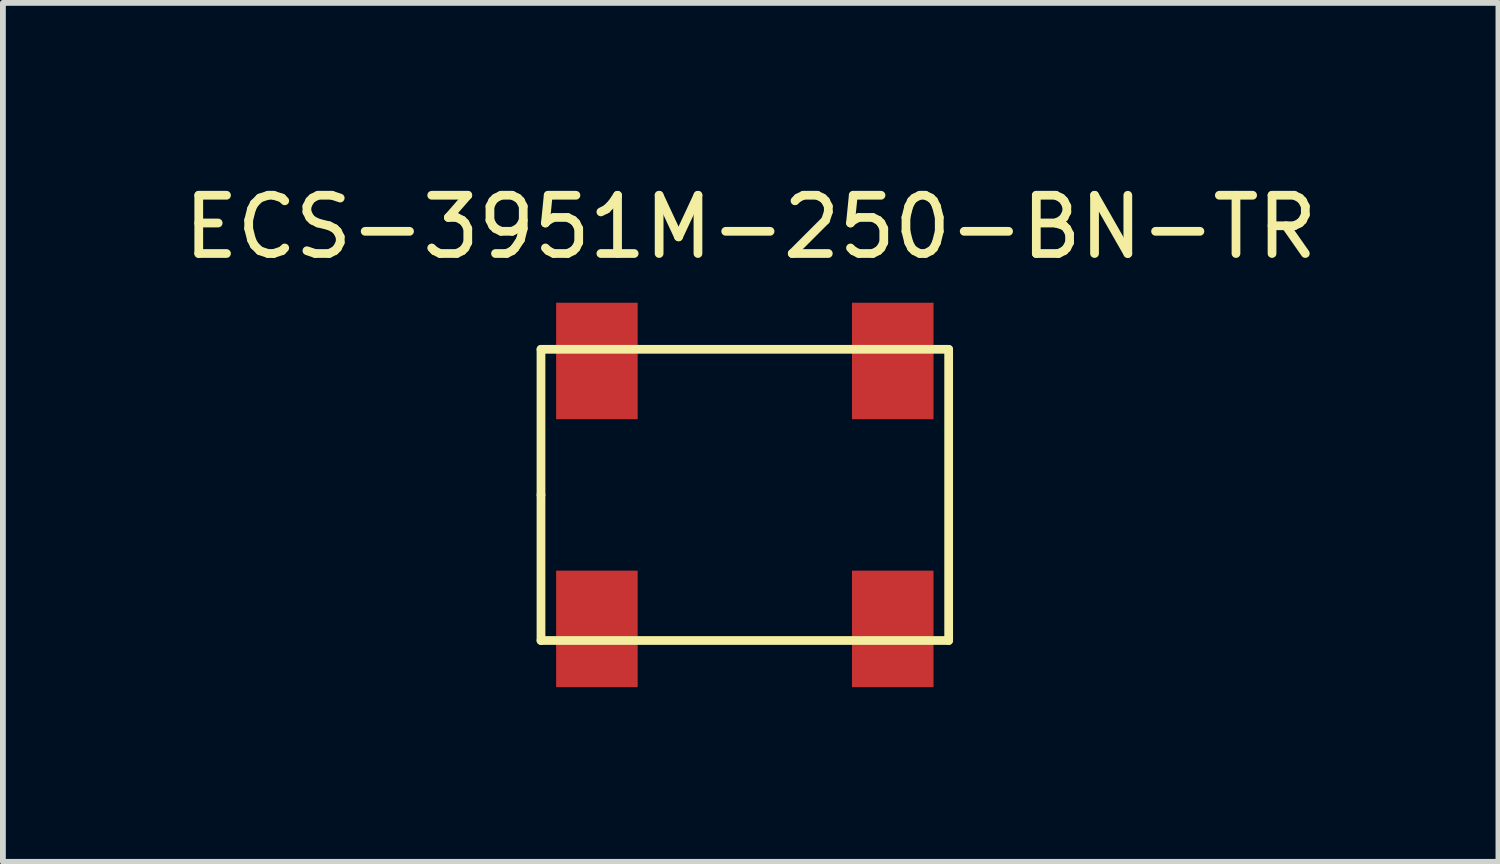
<source format=kicad_pcb>
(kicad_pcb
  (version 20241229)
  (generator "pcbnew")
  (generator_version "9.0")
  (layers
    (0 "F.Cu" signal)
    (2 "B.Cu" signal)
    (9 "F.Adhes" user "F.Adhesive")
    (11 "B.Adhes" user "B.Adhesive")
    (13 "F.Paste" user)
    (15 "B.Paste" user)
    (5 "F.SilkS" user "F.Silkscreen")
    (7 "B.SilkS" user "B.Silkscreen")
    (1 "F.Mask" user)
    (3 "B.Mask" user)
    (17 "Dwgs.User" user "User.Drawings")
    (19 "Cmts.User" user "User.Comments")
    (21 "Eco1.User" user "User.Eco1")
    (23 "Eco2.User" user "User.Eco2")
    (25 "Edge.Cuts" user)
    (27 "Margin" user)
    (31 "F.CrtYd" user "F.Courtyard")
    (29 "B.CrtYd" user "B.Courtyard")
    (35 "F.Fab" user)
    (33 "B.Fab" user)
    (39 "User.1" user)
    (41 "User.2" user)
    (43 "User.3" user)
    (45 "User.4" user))
  (footprint "ECS-3951M-250-BN-TR"
    (layer "F.Cu")
    (at 9.739 5.448)
    (property "Reference" "ECS-3951M-250-BN-TR" (at 0.1 -4.6 0) (layer "F.SilkS") (effects (font (size 1 1) (thickness 0.15))))
    (attr through_hole)
    (fp_line (start -3.5 -2.5) (end 3.5 -2.5) (stroke (width 0.15) (type solid)) (layer "F.SilkS"))
    (fp_line (start -3.5 0) (end -3.5 -2.5) (stroke (width 0.15) (type solid)) (layer "F.SilkS"))
    (fp_line (start -3.5 2.5) (end -3.5 0) (stroke (width 0.15) (type solid)) (layer "F.SilkS"))
    (fp_line (start 3.5 -2.5) (end 3.5 2.5) (stroke (width 0.15) (type solid)) (layer "F.SilkS"))
    (fp_line (start 3.5 2.5) (end -3.5 2.5) (stroke (width 0.15) (type solid)) (layer "F.SilkS"))
    (pad "1" smd rect (at -2.54 2.3) (size 1.4 2) (layers "F.Cu" "F.Mask" "F.Paste"))
    (pad "2" smd rect (at 2.54 2.3) (size 1.4 2) (layers "F.Cu" "F.Mask" "F.Paste"))
    (pad "3" smd rect (at 2.54 -2.3) (size 1.4 2) (layers "F.Cu" "F.Mask" "F.Paste"))
    (pad "4" smd rect (at -2.54 -2.3) (size 1.4 2) (layers "F.Cu" "F.Mask" "F.Paste")))
  (gr_rect
    (start -3 -3)
    (end 22.679 11.748)
    (stroke (width 0.1) (type default))
    (fill no)
    (layer "Edge.Cuts")))
</source>
